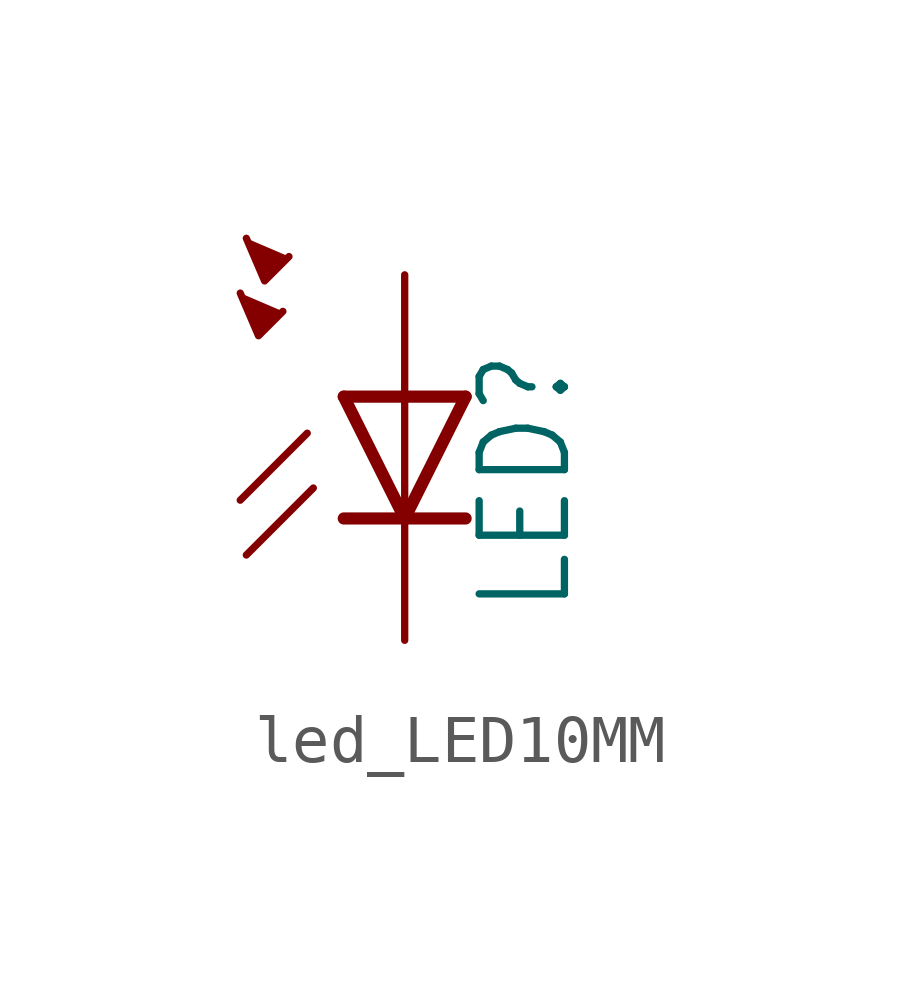
<source format=kicad_sym>
(kicad_symbol_lib
  (version 20241209)
  (generator "kicad_symbol_editor")
  (generator_version "9.0")
  (symbol "led_LED10MM"
    (property "Reference" "LED"
      (at 3.556 -4.572 90)
      (effects (font (size 1.778 1.511)) (justify left bottom)))
    (property "Value" ""
      (at 5.715 -4.572 90)
      (effects (font (size 1.778 1.511)) (justify left bottom)))
    (property "ki_locked" ""
      (at 0 0 0)
      (effects (font (size 1.27 1.27))))
    (symbol "led_LED10MM_1_0"
      (polyline (pts (xy -3.429 2.159) (xy -3.048 1.27) (xy -2.54 1.778)) (stroke (width 0.152) (type solid)) (fill (type outline)))
      (polyline (pts (xy -3.302 3.302) (xy -2.921 2.413) (xy -2.413 2.921)) (stroke (width 0.152) (type solid)) (fill (type outline)))
      (polyline (pts (xy -2.032 -0.762) (xy -3.429 -2.159)) (stroke (width 0.152) (type solid)) (fill (type none)))
      (polyline (pts (xy -1.905 -1.905) (xy -3.302 -3.302)) (stroke (width 0.152) (type solid)) (fill (type none)))
      (polyline (pts (xy 0 0) (xy -1.27 0)) (stroke (width 0.254) (type solid)) (fill (type none)))
      (polyline (pts (xy 0 0) (xy 0 -2.54)) (stroke (width 0.152) (type solid)) (fill (type none)))
      (polyline (pts (xy 0 -2.54) (xy -1.27 0)) (stroke (width 0.254) (type solid)) (fill (type none)))
      (polyline (pts (xy 0 -2.54) (xy -1.27 -2.54)) (stroke (width 0.254) (type solid)) (fill (type none)))
      (polyline (pts (xy 1.27 0) (xy 0 0)) (stroke (width 0.254) (type solid)) (fill (type none)))
      (polyline (pts (xy 1.27 0) (xy 0 -2.54)) (stroke (width 0.254) (type solid)) (fill (type none)))
      (polyline (pts (xy 1.27 -2.54) (xy 0 -2.54)) (stroke (width 0.254) (type solid)) (fill (type none)))
      (pin passive line (at 0 2.54 270) (length 2.54) (name "A" (effects (font (size 0 0)))) (number "A" (effects (font (size 0 0)))))
      (pin passive line (at 0 -5.08 90) (length 2.54) (name "C" (effects (font (size 0 0)))) (number "K" (effects (font (size 0 0))))))))
</source>
